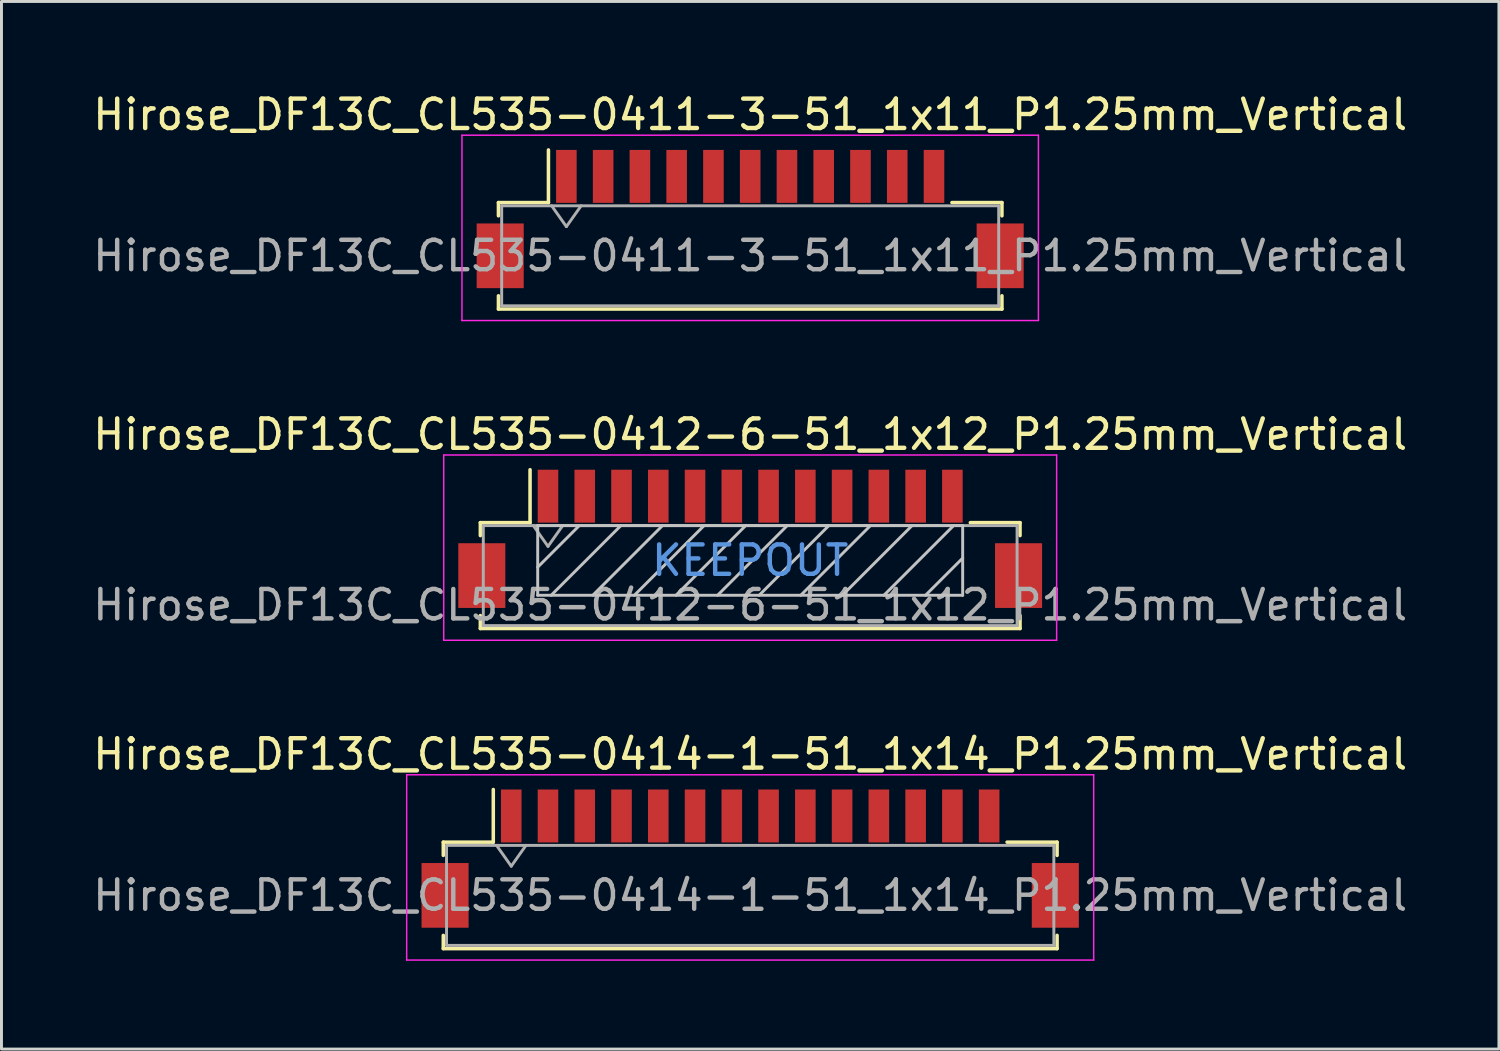
<source format=kicad_pcb>
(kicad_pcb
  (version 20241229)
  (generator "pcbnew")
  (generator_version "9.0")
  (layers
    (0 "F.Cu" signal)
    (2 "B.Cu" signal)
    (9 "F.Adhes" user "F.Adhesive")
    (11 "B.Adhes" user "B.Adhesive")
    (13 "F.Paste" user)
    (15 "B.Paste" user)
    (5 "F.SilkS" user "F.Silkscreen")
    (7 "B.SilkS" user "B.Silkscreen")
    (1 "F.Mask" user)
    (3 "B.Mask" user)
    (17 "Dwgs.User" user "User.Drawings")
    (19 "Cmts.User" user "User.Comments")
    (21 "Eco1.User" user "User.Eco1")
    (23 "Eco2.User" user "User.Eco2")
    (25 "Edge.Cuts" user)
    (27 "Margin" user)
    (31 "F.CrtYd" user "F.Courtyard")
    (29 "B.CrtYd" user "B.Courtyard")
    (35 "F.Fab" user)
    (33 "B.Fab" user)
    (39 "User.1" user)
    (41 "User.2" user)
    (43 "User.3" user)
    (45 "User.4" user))
  (footprint "Hirose_DF13C_CL535-0414-1-51_1x14_P1.25mm_Vertical"
    (layer "F.Cu")
    (at 22.458 26.145)
    (property "Reference" "Hirose_DF13C_CL535-0414-1-51_1x14_P1.25mm_Vertical" (at 0 -3.55 0) (layer "F.SilkS") (effects (font (size 1 1) (thickness 0.15))))
    (attr smd)
    (fp_line (start -10.435 -0.56) (end -8.735 -0.56) (stroke (width 0.12) (type solid)) (layer "F.SilkS"))
    (fp_line (start -10.435 -0.11) (end -10.435 -0.56) (stroke (width 0.12) (type solid)) (layer "F.SilkS"))
    (fp_line (start -10.435 2.61) (end -10.435 3.06) (stroke (width 0.12) (type solid)) (layer "F.SilkS"))
    (fp_line (start -10.435 3.06) (end 10.435 3.06) (stroke (width 0.12) (type solid)) (layer "F.SilkS"))
    (fp_line (start -8.735 -0.56) (end -8.735 -2.35) (stroke (width 0.12) (type solid)) (layer "F.SilkS"))
    (fp_line (start 10.435 -0.56) (end 8.735 -0.56) (stroke (width 0.12) (type solid)) (layer "F.SilkS"))
    (fp_line (start 10.435 -0.11) (end 10.435 -0.56) (stroke (width 0.12) (type solid)) (layer "F.SilkS"))
    (fp_line (start 10.435 3.06) (end 10.435 2.61) (stroke (width 0.12) (type solid)) (layer "F.SilkS"))
    (fp_line (start -11.68 -2.85) (end -11.68 3.45) (stroke (width 0.05) (type solid)) (layer "F.CrtYd"))
    (fp_line (start -11.68 3.45) (end 11.68 3.45) (stroke (width 0.05) (type solid)) (layer "F.CrtYd"))
    (fp_line (start 11.68 -2.85) (end -11.68 -2.85) (stroke (width 0.05) (type solid)) (layer "F.CrtYd"))
    (fp_line (start 11.68 3.45) (end 11.68 -2.85) (stroke (width 0.05) (type solid)) (layer "F.CrtYd"))
    (fp_line (start -10.325 -0.45) (end -10.325 2.95) (stroke (width 0.1) (type solid)) (layer "F.Fab"))
    (fp_line (start -10.325 -0.45) (end 10.325 -0.45) (stroke (width 0.1) (type solid)) (layer "F.Fab"))
    (fp_line (start -10.325 2.95) (end 10.325 2.95) (stroke (width 0.1) (type solid)) (layer "F.Fab"))
    (fp_line (start -8.625 -0.45) (end -8.125 0.257) (stroke (width 0.1) (type solid)) (layer "F.Fab"))
    (fp_line (start -8.125 0.257) (end -7.625 -0.45) (stroke (width 0.1) (type solid)) (layer "F.Fab"))
    (fp_line (start 10.325 -0.45) (end 10.325 2.95) (stroke (width 0.1) (type solid)) (layer "F.Fab"))
    (fp_text user "${REFERENCE}" (at 0 1.25 0) (layer "F.Fab") (effects (font (size 1 1) (thickness 0.15))))
    (pad "" smd rect (at -10.375 1.25) (size 1.6 2.2) (layers "F.Cu" "F.Mask" "F.Paste"))
    (pad "" smd rect (at 10.375 1.25) (size 1.6 2.2) (layers "F.Cu" "F.Mask" "F.Paste"))
    (pad "1" smd rect (at -8.125 -1.45) (size 0.7 1.8) (layers "F.Cu" "F.Mask" "F.Paste"))
    (pad "2" smd rect (at -6.875 -1.45) (size 0.7 1.8) (layers "F.Cu" "F.Mask" "F.Paste"))
    (pad "3" smd rect (at -5.625 -1.45) (size 0.7 1.8) (layers "F.Cu" "F.Mask" "F.Paste"))
    (pad "4" smd rect (at -4.375 -1.45) (size 0.7 1.8) (layers "F.Cu" "F.Mask" "F.Paste"))
    (pad "5" smd rect (at -3.125 -1.45) (size 0.7 1.8) (layers "F.Cu" "F.Mask" "F.Paste"))
    (pad "6" smd rect (at -1.875 -1.45) (size 0.7 1.8) (layers "F.Cu" "F.Mask" "F.Paste"))
    (pad "7" smd rect (at -0.625 -1.45) (size 0.7 1.8) (layers "F.Cu" "F.Mask" "F.Paste"))
    (pad "8" smd rect (at 0.625 -1.45) (size 0.7 1.8) (layers "F.Cu" "F.Mask" "F.Paste"))
    (pad "9" smd rect (at 1.875 -1.45) (size 0.7 1.8) (layers "F.Cu" "F.Mask" "F.Paste"))
    (pad "10" smd rect (at 3.125 -1.45) (size 0.7 1.8) (layers "F.Cu" "F.Mask" "F.Paste"))
    (pad "11" smd rect (at 4.375 -1.45) (size 0.7 1.8) (layers "F.Cu" "F.Mask" "F.Paste"))
    (pad "12" smd rect (at 5.625 -1.45) (size 0.7 1.8) (layers "F.Cu" "F.Mask" "F.Paste"))
    (pad "13" smd rect (at 6.875 -1.45) (size 0.7 1.8) (layers "F.Cu" "F.Mask" "F.Paste"))
    (pad "14" smd rect (at 8.125 -1.45) (size 0.7 1.8) (layers "F.Cu" "F.Mask" "F.Paste")))
  (footprint "Hirose_DF13C_CL535-0412-6-51_1x12_P1.25mm_Vertical"
    (layer "F.Cu")
    (at 22.458 15.271)
    (property "Reference" "Hirose_DF13C_CL535-0412-6-51_1x12_P1.25mm_Vertical" (at 0 -3.55 0) (layer "F.SilkS") (effects (font (size 1 1) (thickness 0.15))))
    (attr through_hole)
    (fp_line (start -9.175 -0.55) (end -9.175 -0.11) (stroke (width 0.12) (type solid)) (layer "F.SilkS"))
    (fp_line (start -9.175 2.61) (end -9.175 3.05) (stroke (width 0.12) (type solid)) (layer "F.SilkS"))
    (fp_line (start -9.175 3.05) (end 9.175 3.05) (stroke (width 0.12) (type solid)) (layer "F.SilkS"))
    (fp_line (start -7.485 -0.55) (end -9.175 -0.55) (stroke (width 0.12) (type solid)) (layer "F.SilkS"))
    (fp_line (start -7.485 -0.55) (end -7.485 -2.35) (stroke (width 0.12) (type solid)) (layer "F.SilkS"))
    (fp_line (start 7.485 -0.55) (end 9.175 -0.55) (stroke (width 0.12) (type solid)) (layer "F.SilkS"))
    (fp_line (start 9.175 -0.55) (end 9.175 -0.11) (stroke (width 0.12) (type solid)) (layer "F.SilkS"))
    (fp_line (start 9.175 3.05) (end 9.175 2.61) (stroke (width 0.12) (type solid)) (layer "F.SilkS"))
    (fp_line (start -7.225 -0.45) (end -7.225 1.92) (stroke (width 0.1) (type solid)) (layer "Dwgs.User"))
    (fp_line (start -7.225 1.92) (end 7.225 1.92) (stroke (width 0.1) (type solid)) (layer "Dwgs.User"))
    (fp_line (start -5.811 -0.45) (end -7.225 0.964) (stroke (width 0.1) (type solid)) (layer "Dwgs.User"))
    (fp_line (start -4.397 -0.45) (end -6.767 1.92) (stroke (width 0.1) (type solid)) (layer "Dwgs.User"))
    (fp_line (start -2.982 -0.45) (end -5.352 1.92) (stroke (width 0.1) (type solid)) (layer "Dwgs.User"))
    (fp_line (start -1.568 -0.45) (end -3.938 1.92) (stroke (width 0.1) (type solid)) (layer "Dwgs.User"))
    (fp_line (start -0.154 -0.45) (end -2.524 1.92) (stroke (width 0.1) (type solid)) (layer "Dwgs.User"))
    (fp_line (start 1.26 -0.45) (end -1.11 1.92) (stroke (width 0.1) (type solid)) (layer "Dwgs.User"))
    (fp_line (start 2.674 -0.45) (end 0.304 1.92) (stroke (width 0.1) (type solid)) (layer "Dwgs.User"))
    (fp_line (start 4.089 -0.45) (end 1.719 1.92) (stroke (width 0.1) (type solid)) (layer "Dwgs.User"))
    (fp_line (start 5.503 -0.45) (end 3.133 1.92) (stroke (width 0.1) (type solid)) (layer "Dwgs.User"))
    (fp_line (start 6.917 -0.45) (end 4.547 1.92) (stroke (width 0.1) (type solid)) (layer "Dwgs.User"))
    (fp_line (start 7.225 -0.45) (end -7.225 -0.45) (stroke (width 0.1) (type solid)) (layer "Dwgs.User"))
    (fp_line (start 7.225 0.656) (end 5.961 1.92) (stroke (width 0.1) (type solid)) (layer "Dwgs.User"))
    (fp_line (start 7.225 1.92) (end 7.225 -0.45) (stroke (width 0.1) (type solid)) (layer "Dwgs.User"))
    (fp_line (start -10.42 -2.85) (end -10.42 3.45) (stroke (width 0.05) (type solid)) (layer "F.CrtYd"))
    (fp_line (start -10.42 3.45) (end 10.42 3.45) (stroke (width 0.05) (type solid)) (layer "F.CrtYd"))
    (fp_line (start 10.42 -2.85) (end -10.42 -2.85) (stroke (width 0.05) (type solid)) (layer "F.CrtYd"))
    (fp_line (start 10.42 3.45) (end 10.42 -2.85) (stroke (width 0.05) (type solid)) (layer "F.CrtYd"))
    (fp_line (start -9.075 -0.45) (end -9.075 2.95) (stroke (width 0.1) (type solid)) (layer "F.Fab"))
    (fp_line (start -9.075 2.95) (end 9.075 2.95) (stroke (width 0.1) (type solid)) (layer "F.Fab"))
    (fp_line (start -7.375 -0.45) (end -6.875 0.257) (stroke (width 0.1) (type solid)) (layer "F.Fab"))
    (fp_line (start -6.875 0.257) (end -6.375 -0.45) (stroke (width 0.1) (type solid)) (layer "F.Fab"))
    (fp_line (start 9.075 -0.45) (end -9.075 -0.45) (stroke (width 0.1) (type solid)) (layer "F.Fab"))
    (fp_line (start 9.075 2.95) (end 9.075 -0.45) (stroke (width 0.1) (type solid)) (layer "F.Fab"))
    (fp_text user "KEEPOUT" (at 0 0.735 0) (layer "Cmts.User") (effects (font (size 1 1) (thickness 0.15))))
    (fp_text user "${REFERENCE}" (at 0 2.25 0) (layer "F.Fab") (effects (font (size 1 1) (thickness 0.15))))
    (pad "" smd rect (at -9.125 1.25) (size 1.6 2.2) (layers "F.Cu" "F.Mask" "F.Paste"))
    (pad "" smd rect (at 9.125 1.25) (size 1.6 2.2) (layers "F.Cu" "F.Mask" "F.Paste"))
    (pad "1" smd rect (at -6.875 -1.45) (size 0.7 1.8) (layers "F.Cu" "F.Mask" "F.Paste"))
    (pad "2" smd rect (at -5.625 -1.45) (size 0.7 1.8) (layers "F.Cu" "F.Mask" "F.Paste"))
    (pad "3" smd rect (at -4.375 -1.45) (size 0.7 1.8) (layers "F.Cu" "F.Mask" "F.Paste"))
    (pad "4" smd rect (at -3.125 -1.45) (size 0.7 1.8) (layers "F.Cu" "F.Mask" "F.Paste"))
    (pad "5" smd rect (at -1.875 -1.45) (size 0.7 1.8) (layers "F.Cu" "F.Mask" "F.Paste"))
    (pad "6" smd rect (at -0.625 -1.45) (size 0.7 1.8) (layers "F.Cu" "F.Mask" "F.Paste"))
    (pad "7" smd rect (at 0.625 -1.45) (size 0.7 1.8) (layers "F.Cu" "F.Mask" "F.Paste"))
    (pad "8" smd rect (at 1.875 -1.45) (size 0.7 1.8) (layers "F.Cu" "F.Mask" "F.Paste"))
    (pad "9" smd rect (at 3.125 -1.45) (size 0.7 1.8) (layers "F.Cu" "F.Mask" "F.Paste"))
    (pad "10" smd rect (at 4.375 -1.45) (size 0.7 1.8) (layers "F.Cu" "F.Mask" "F.Paste"))
    (pad "11" smd rect (at 5.625 -1.45) (size 0.7 1.8) (layers "F.Cu" "F.Mask" "F.Paste"))
    (pad "12" smd rect (at 6.875 -1.45) (size 0.7 1.8) (layers "F.Cu" "F.Mask" "F.Paste")))
  (footprint "Hirose_DF13C_CL535-0411-3-51_1x11_P1.25mm_Vertical"
    (layer "F.Cu")
    (at 22.458 4.398)
    (property "Reference" "Hirose_DF13C_CL535-0411-3-51_1x11_P1.25mm_Vertical" (at 0 -3.55 0) (layer "F.SilkS") (effects (font (size 1 1) (thickness 0.15))))
    (attr smd)
    (fp_line (start -8.56 -0.56) (end -6.86 -0.56) (stroke (width 0.12) (type solid)) (layer "F.SilkS"))
    (fp_line (start -8.56 -0.11) (end -8.56 -0.56) (stroke (width 0.12) (type solid)) (layer "F.SilkS"))
    (fp_line (start -8.56 2.61) (end -8.56 3.06) (stroke (width 0.12) (type solid)) (layer "F.SilkS"))
    (fp_line (start -8.56 3.06) (end 8.56 3.06) (stroke (width 0.12) (type solid)) (layer "F.SilkS"))
    (fp_line (start -6.86 -0.56) (end -6.86 -2.35) (stroke (width 0.12) (type solid)) (layer "F.SilkS"))
    (fp_line (start 8.56 -0.56) (end 6.86 -0.56) (stroke (width 0.12) (type solid)) (layer "F.SilkS"))
    (fp_line (start 8.56 -0.11) (end 8.56 -0.56) (stroke (width 0.12) (type solid)) (layer "F.SilkS"))
    (fp_line (start 8.56 3.06) (end 8.56 2.61) (stroke (width 0.12) (type solid)) (layer "F.SilkS"))
    (fp_line (start -9.8 -2.85) (end -9.8 3.45) (stroke (width 0.05) (type solid)) (layer "F.CrtYd"))
    (fp_line (start -9.8 3.45) (end 9.8 3.45) (stroke (width 0.05) (type solid)) (layer "F.CrtYd"))
    (fp_line (start 9.8 -2.85) (end -9.8 -2.85) (stroke (width 0.05) (type solid)) (layer "F.CrtYd"))
    (fp_line (start 9.8 3.45) (end 9.8 -2.85) (stroke (width 0.05) (type solid)) (layer "F.CrtYd"))
    (fp_line (start -8.45 -0.45) (end -8.45 2.95) (stroke (width 0.1) (type solid)) (layer "F.Fab"))
    (fp_line (start -8.45 -0.45) (end 8.45 -0.45) (stroke (width 0.1) (type solid)) (layer "F.Fab"))
    (fp_line (start -8.45 2.95) (end 8.45 2.95) (stroke (width 0.1) (type solid)) (layer "F.Fab"))
    (fp_line (start -6.75 -0.45) (end -6.25 0.257) (stroke (width 0.1) (type solid)) (layer "F.Fab"))
    (fp_line (start -6.25 0.257) (end -5.75 -0.45) (stroke (width 0.1) (type solid)) (layer "F.Fab"))
    (fp_line (start 8.45 -0.45) (end 8.45 2.95) (stroke (width 0.1) (type solid)) (layer "F.Fab"))
    (fp_text user "${REFERENCE}" (at 0 1.25 0) (layer "F.Fab") (effects (font (size 1 1) (thickness 0.15))))
    (pad "" smd rect (at -8.5 1.25) (size 1.6 2.2) (layers "F.Cu" "F.Mask" "F.Paste"))
    (pad "" smd rect (at 8.5 1.25) (size 1.6 2.2) (layers "F.Cu" "F.Mask" "F.Paste"))
    (pad "1" smd rect (at -6.25 -1.45) (size 0.7 1.8) (layers "F.Cu" "F.Mask" "F.Paste"))
    (pad "2" smd rect (at -5 -1.45) (size 0.7 1.8) (layers "F.Cu" "F.Mask" "F.Paste"))
    (pad "3" smd rect (at -3.75 -1.45) (size 0.7 1.8) (layers "F.Cu" "F.Mask" "F.Paste"))
    (pad "4" smd rect (at -2.5 -1.45) (size 0.7 1.8) (layers "F.Cu" "F.Mask" "F.Paste"))
    (pad "5" smd rect (at -1.25 -1.45) (size 0.7 1.8) (layers "F.Cu" "F.Mask" "F.Paste"))
    (pad "6" smd rect (at 0 -1.45) (size 0.7 1.8) (layers "F.Cu" "F.Mask" "F.Paste"))
    (pad "7" smd rect (at 1.25 -1.45) (size 0.7 1.8) (layers "F.Cu" "F.Mask" "F.Paste"))
    (pad "8" smd rect (at 2.5 -1.45) (size 0.7 1.8) (layers "F.Cu" "F.Mask" "F.Paste"))
    (pad "9" smd rect (at 3.75 -1.45) (size 0.7 1.8) (layers "F.Cu" "F.Mask" "F.Paste"))
    (pad "10" smd rect (at 5 -1.45) (size 0.7 1.8) (layers "F.Cu" "F.Mask" "F.Paste"))
    (pad "11" smd rect (at 6.25 -1.45) (size 0.7 1.8) (layers "F.Cu" "F.Mask" "F.Paste")))
  (gr_rect
    (start -3 -3)
    (end 47.917 32.62)
    (stroke (width 0.1) (type default))
    (fill no)
    (layer "Edge.Cuts")))
</source>
